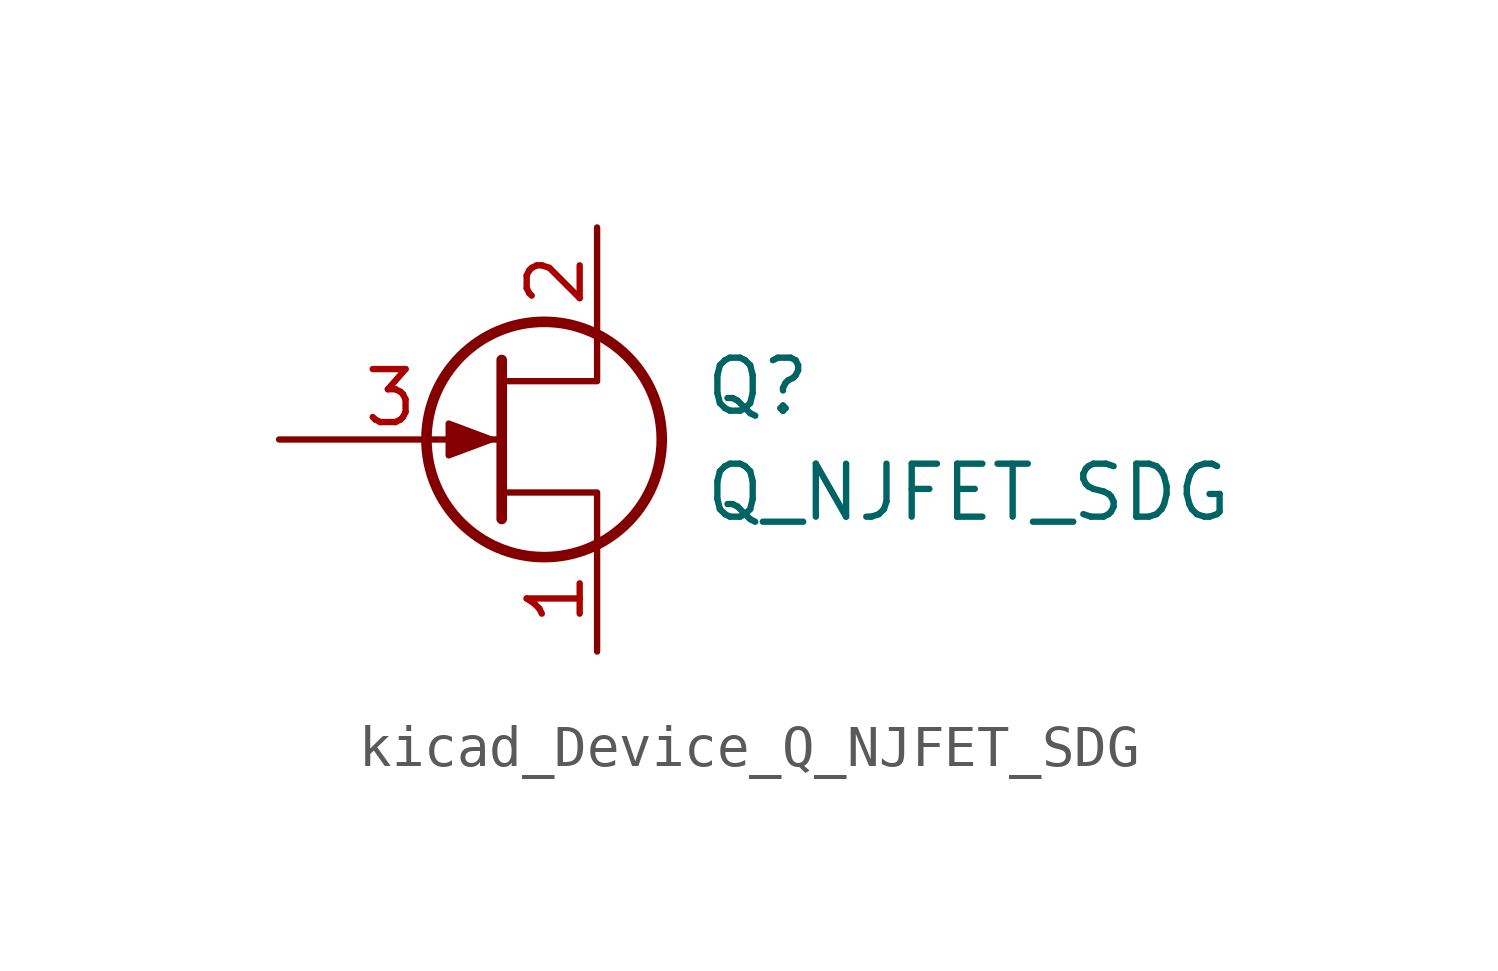
<source format=kicad_sym>
(kicad_symbol_lib
  (version 20220914)
  (generator kicad_symbol_editor)
  (symbol "kicad_Device_Q_NJFET_SDG"
    (pin_names
      (offset 0) hide)
    (property "Reference" "Q"
      (at 5.08 1.27 0)
      (effects (font (size 1.27 1.27)) (justify left)))
    (property "Value" "Q_NJFET_SDG"
      (at 5.08 -1.27 0)
      (effects (font (size 1.27 1.27)) (justify left)))
    (symbol "kicad_Device_Q_NJFET_SDG_0_1"
      (polyline (pts (xy 0.254 1.905) (xy 0.254 -1.905) (xy 0.254 -1.905)) (stroke (width 0.254) (type default)) (fill (type none)))
      (polyline (pts (xy 2.54 -2.54) (xy 2.54 -1.27) (xy 0.254 -1.27)) (stroke (width 0) (type default)) (fill (type none)))
      (polyline (pts (xy 2.54 2.54) (xy 2.54 1.397) (xy 0.254 1.397)) (stroke (width 0) (type default)) (fill (type none)))
      (polyline (pts (xy 0 0) (xy -1.016 0.381) (xy -1.016 -0.381) (xy 0 0)) (stroke (width 0) (type default)) (fill (type outline)))
      (circle (center 1.27 0) (radius 2.819) (stroke (width 0.254) (type default)) (fill (type none))))
    (symbol "kicad_Device_Q_NJFET_SDG_1_1"
      (pin passive line (at 2.54 -5.08 90) (length 2.54) (name "S" (effects (font (size 1.27 1.27)))) (number "1" (effects (font (size 1.27 1.27)))))
      (pin passive line (at 2.54 5.08 270) (length 2.54) (name "D" (effects (font (size 1.27 1.27)))) (number "2" (effects (font (size 1.27 1.27)))))
      (pin input line (at -5.08 0 0) (length 5.334) (name "G" (effects (font (size 1.27 1.27)))) (number "3" (effects (font (size 1.27 1.27))))))))
</source>
